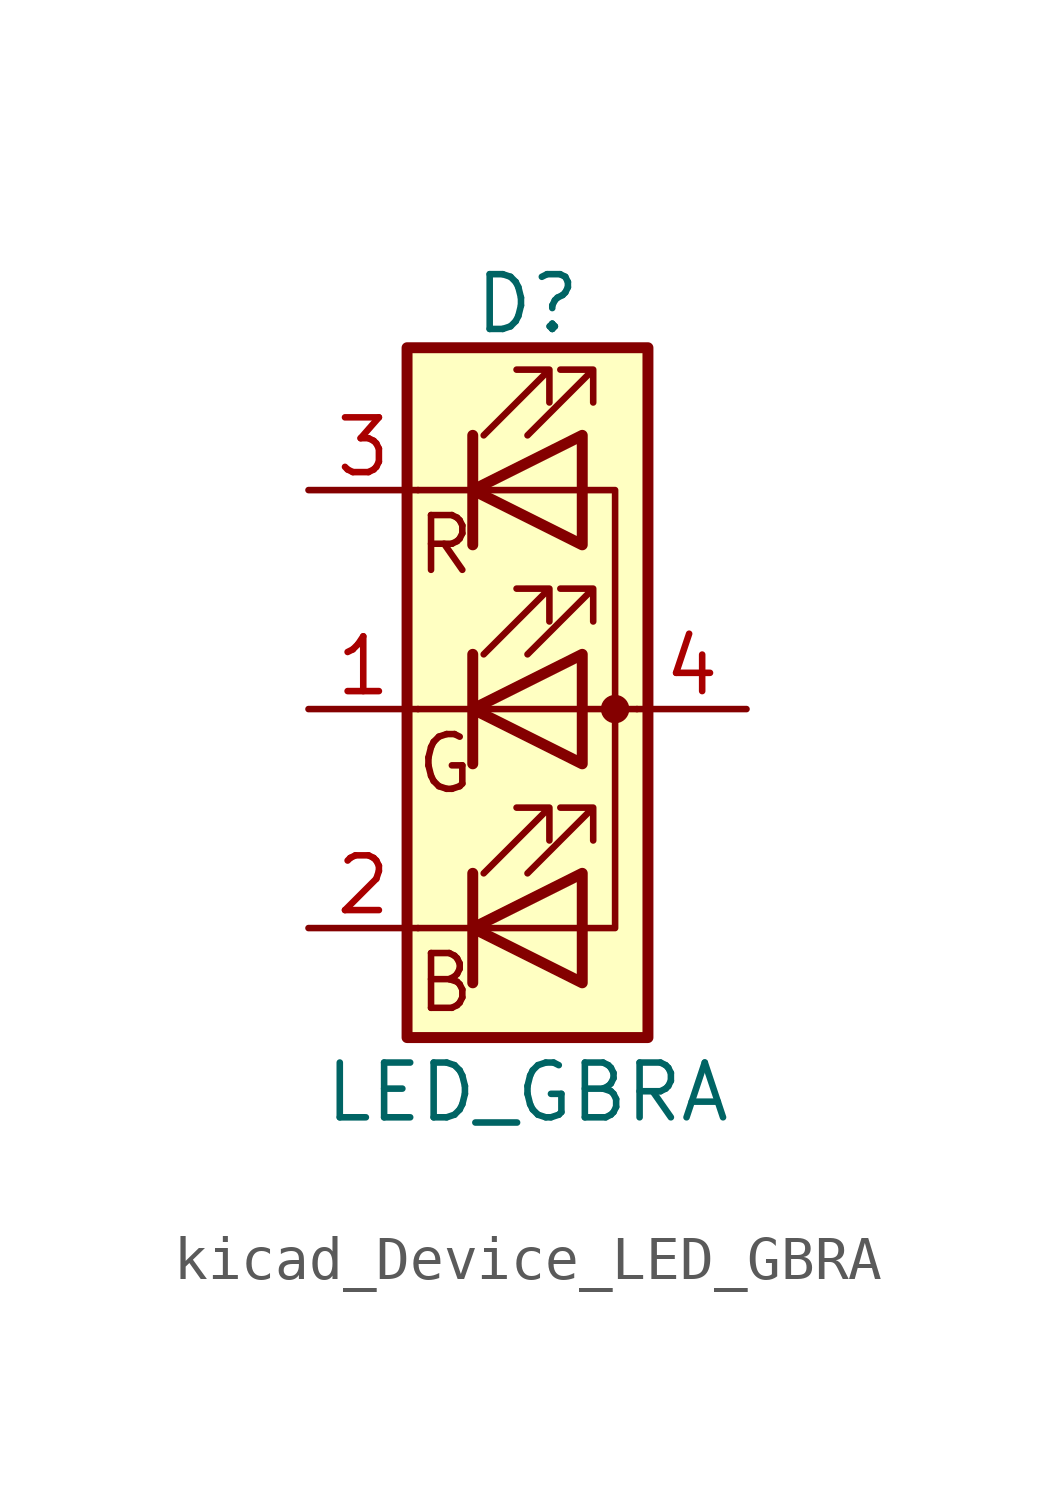
<source format=kicad_sym>
(kicad_symbol_lib
  (version 20220914)
  (generator kicad_symbol_editor)
  (symbol "kicad_Device_LED_GBRA"
    (pin_names
      (offset 0) hide)
    (property "Reference" "D"
      (at 0 9.398 0)
      (effects (font (size 1.27 1.27))))
    (property "Value" "LED_GBRA"
      (at 0 -8.89 0)
      (effects (font (size 1.27 1.27))))
    (symbol "kicad_Device_LED_GBRA_0_0"
      (text "B" (at -1.905 -6.35 0) (effects (font (size 1.27 1.27))))
      (text "G" (at -1.905 -1.27 0) (effects (font (size 1.27 1.27))))
      (text "R" (at -1.905 3.81 0) (effects (font (size 1.27 1.27)))))
    (symbol "kicad_Device_LED_GBRA_0_1"
      (polyline (pts (xy -1.27 -5.08) (xy -2.54 -5.08)) (stroke (width 0) (type default)) (fill (type none)))
      (polyline (pts (xy -1.27 -5.08) (xy 1.27 -5.08)) (stroke (width 0) (type default)) (fill (type none)))
      (polyline (pts (xy -1.27 -3.81) (xy -1.27 -6.35)) (stroke (width 0.254) (type default)) (fill (type none)))
      (polyline (pts (xy -1.27 0) (xy -2.54 0)) (stroke (width 0) (type default)) (fill (type none)))
      (polyline (pts (xy -1.27 1.27) (xy -1.27 -1.27)) (stroke (width 0.254) (type default)) (fill (type none)))
      (polyline (pts (xy -1.27 5.08) (xy -2.54 5.08)) (stroke (width 0) (type default)) (fill (type none)))
      (polyline (pts (xy -1.27 5.08) (xy 1.27 5.08)) (stroke (width 0) (type default)) (fill (type none)))
      (polyline (pts (xy -1.27 6.35) (xy -1.27 3.81)) (stroke (width 0.254) (type default)) (fill (type none)))
      (polyline (pts (xy 1.27 0) (xy -1.27 0)) (stroke (width 0) (type default)) (fill (type none)))
      (polyline (pts (xy 1.27 0) (xy 2.54 0)) (stroke (width 0) (type default)) (fill (type none)))
      (polyline (pts (xy -1.27 1.27) (xy -1.27 -1.27) (xy -1.27 -1.27)) (stroke (width 0) (type default)) (fill (type none)))
      (polyline (pts (xy -1.27 6.35) (xy -1.27 3.81) (xy -1.27 3.81)) (stroke (width 0) (type default)) (fill (type none)))
      (polyline (pts (xy 1.27 -5.08) (xy 2.032 -5.08) (xy 2.032 5.08) (xy 1.27 5.08)) (stroke (width 0) (type default)) (fill (type none)))
      (polyline (pts (xy 1.27 -3.81) (xy 1.27 -6.35) (xy -1.27 -5.08) (xy 1.27 -3.81)) (stroke (width 0.254) (type default)) (fill (type none)))
      (polyline (pts (xy 1.27 1.27) (xy 1.27 -1.27) (xy -1.27 0) (xy 1.27 1.27)) (stroke (width 0.254) (type default)) (fill (type none)))
      (polyline (pts (xy 1.27 6.35) (xy 1.27 3.81) (xy -1.27 5.08) (xy 1.27 6.35)) (stroke (width 0.254) (type default)) (fill (type none)))
      (polyline (pts (xy -1.016 -3.81) (xy 0.508 -2.286) (xy -0.254 -2.286) (xy 0.508 -2.286) (xy 0.508 -3.048)) (stroke (width 0) (type default)) (fill (type none)))
      (polyline (pts (xy -1.016 1.27) (xy 0.508 2.794) (xy -0.254 2.794) (xy 0.508 2.794) (xy 0.508 2.032)) (stroke (width 0) (type default)) (fill (type none)))
      (polyline (pts (xy -1.016 6.35) (xy 0.508 7.874) (xy -0.254 7.874) (xy 0.508 7.874) (xy 0.508 7.112)) (stroke (width 0) (type default)) (fill (type none)))
      (polyline (pts (xy 0 -3.81) (xy 1.524 -2.286) (xy 0.762 -2.286) (xy 1.524 -2.286) (xy 1.524 -3.048)) (stroke (width 0) (type default)) (fill (type none)))
      (polyline (pts (xy 0 1.27) (xy 1.524 2.794) (xy 0.762 2.794) (xy 1.524 2.794) (xy 1.524 2.032)) (stroke (width 0) (type default)) (fill (type none)))
      (polyline (pts (xy 0 6.35) (xy 1.524 7.874) (xy 0.762 7.874) (xy 1.524 7.874) (xy 1.524 7.112)) (stroke (width 0) (type default)) (fill (type none)))
      (rectangle (start 1.27 -1.27) (end 1.27 1.27) (stroke (width 0) (type default)) (fill (type none)))
      (rectangle (start 1.27 1.27) (end 1.27 1.27) (stroke (width 0) (type default)) (fill (type none)))
      (rectangle (start 1.27 3.81) (end 1.27 6.35) (stroke (width 0) (type default)) (fill (type none)))
      (rectangle (start 1.27 6.35) (end 1.27 6.35) (stroke (width 0) (type default)) (fill (type none)))
      (circle (center 2.032 0) (radius 0.254) (stroke (width 0) (type default)) (fill (type outline)))
      (rectangle (start 2.794 8.382) (end -2.794 -7.62) (stroke (width 0.254) (type default)) (fill (type background))))
    (symbol "kicad_Device_LED_GBRA_1_1"
      (pin passive line (at -5.08 0 0) (length 2.54) (name "GK" (effects (font (size 1.27 1.27)))) (number "1" (effects (font (size 1.27 1.27)))))
      (pin passive line (at -5.08 -5.08 0) (length 2.54) (name "BK" (effects (font (size 1.27 1.27)))) (number "2" (effects (font (size 1.27 1.27)))))
      (pin passive line (at -5.08 5.08 0) (length 2.54) (name "RK" (effects (font (size 1.27 1.27)))) (number "3" (effects (font (size 1.27 1.27)))))
      (pin passive line (at 5.08 0 180) (length 2.54) (name "A" (effects (font (size 1.27 1.27)))) (number "4" (effects (font (size 1.27 1.27))))))))
</source>
